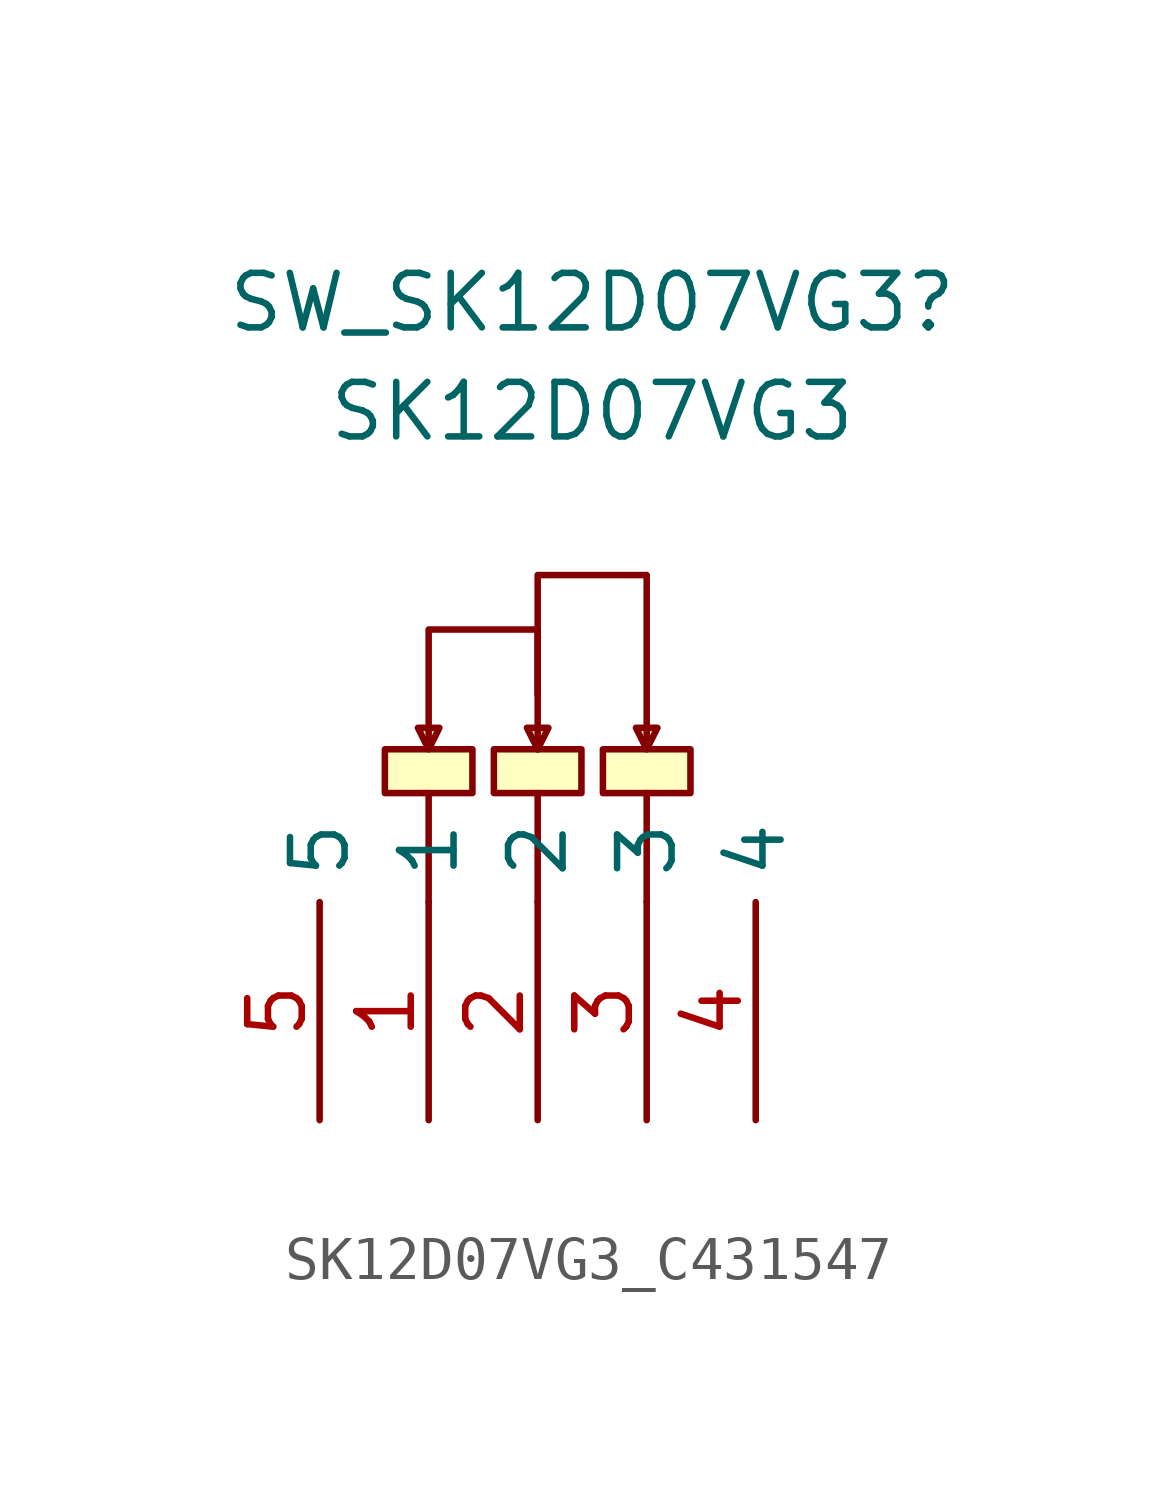
<source format=kicad_sym>
(kicad_symbol_lib
  (version 20220914)
  (generator kicad_symbol_editor)
  (symbol "SK12D07VG3_C431547"
    (property "Reference" "SW_SK12D07VG3"
      (at 1.27 13.97 0)
      (effects (font (size 1.27 1.27))))
    (property "Value" "SK12D07VG3"
      (at 1.27 11.43 0)
      (effects (font (size 1.27 1.27))))
    (symbol "SK12D07VG3_C431547_0_1"
      (rectangle (start -3.56 3.56) (end -1.52 2.54) (stroke (width 0) (type default)) (fill (type background)))
      (rectangle (start -1.02 3.56) (end 1.02 2.54) (stroke (width 0) (type default)) (fill (type background)))
      (polyline (pts (xy -2.54 0) (xy -2.54 2.54)) (stroke (width 0) (type default)) (fill (type none)))
      (polyline (pts (xy 0 0) (xy 0 2.54)) (stroke (width 0) (type default)) (fill (type none)))
      (polyline (pts (xy 2.54 0) (xy 2.54 2.54)) (stroke (width 0) (type default)) (fill (type none)))
      (polyline (pts (xy -2.54 3.81) (xy -2.54 6.35) (xy 0 6.35) (xy 0 3.56)) (stroke (width 0) (type default)) (fill (type none)))
      (polyline (pts (xy -2.29 4.06) (xy -2.79 4.06) (xy -2.54 3.56) (xy -2.29 4.06)) (stroke (width 0) (type default)) (fill (type background)))
      (polyline (pts (xy 0 4.83) (xy 0 7.62) (xy 2.54 7.62) (xy 2.54 3.81)) (stroke (width 0) (type default)) (fill (type none)))
      (polyline (pts (xy 0.25 4.06) (xy -0.25 4.06) (xy 0 3.56) (xy 0.25 4.06)) (stroke (width 0) (type default)) (fill (type background)))
      (polyline (pts (xy 2.79 4.06) (xy 2.29 4.06) (xy 2.54 3.56) (xy 2.79 4.06)) (stroke (width 0) (type default)) (fill (type background)))
      (rectangle (start 1.52 3.56) (end 3.56 2.54) (stroke (width 0) (type default)) (fill (type background)))
      (pin unspecified line (at -2.54 -5.08 90) (length 5.08) (name "1" (effects (font (size 1.27 1.27)))) (number "1" (effects (font (size 1.27 1.27)))))
      (pin unspecified line (at 0 -5.08 90) (length 5.08) (name "2" (effects (font (size 1.27 1.27)))) (number "2" (effects (font (size 1.27 1.27)))))
      (pin unspecified line (at 2.54 -5.08 90) (length 5.08) (name "3" (effects (font (size 1.27 1.27)))) (number "3" (effects (font (size 1.27 1.27)))))
      (pin unspecified line (at -5.08 -5.08 90) (length 5.08) (name "5" (effects (font (size 1.27 1.27)))) (number "5" (effects (font (size 1.27 1.27))))))
    (symbol "SK12D07VG3_C431547_1_1"
      (pin unspecified line (at 5.08 -5.08 90) (length 5.08) (name "4" (effects (font (size 1.27 1.27)))) (number "4" (effects (font (size 1.27 1.27))))))))
</source>
